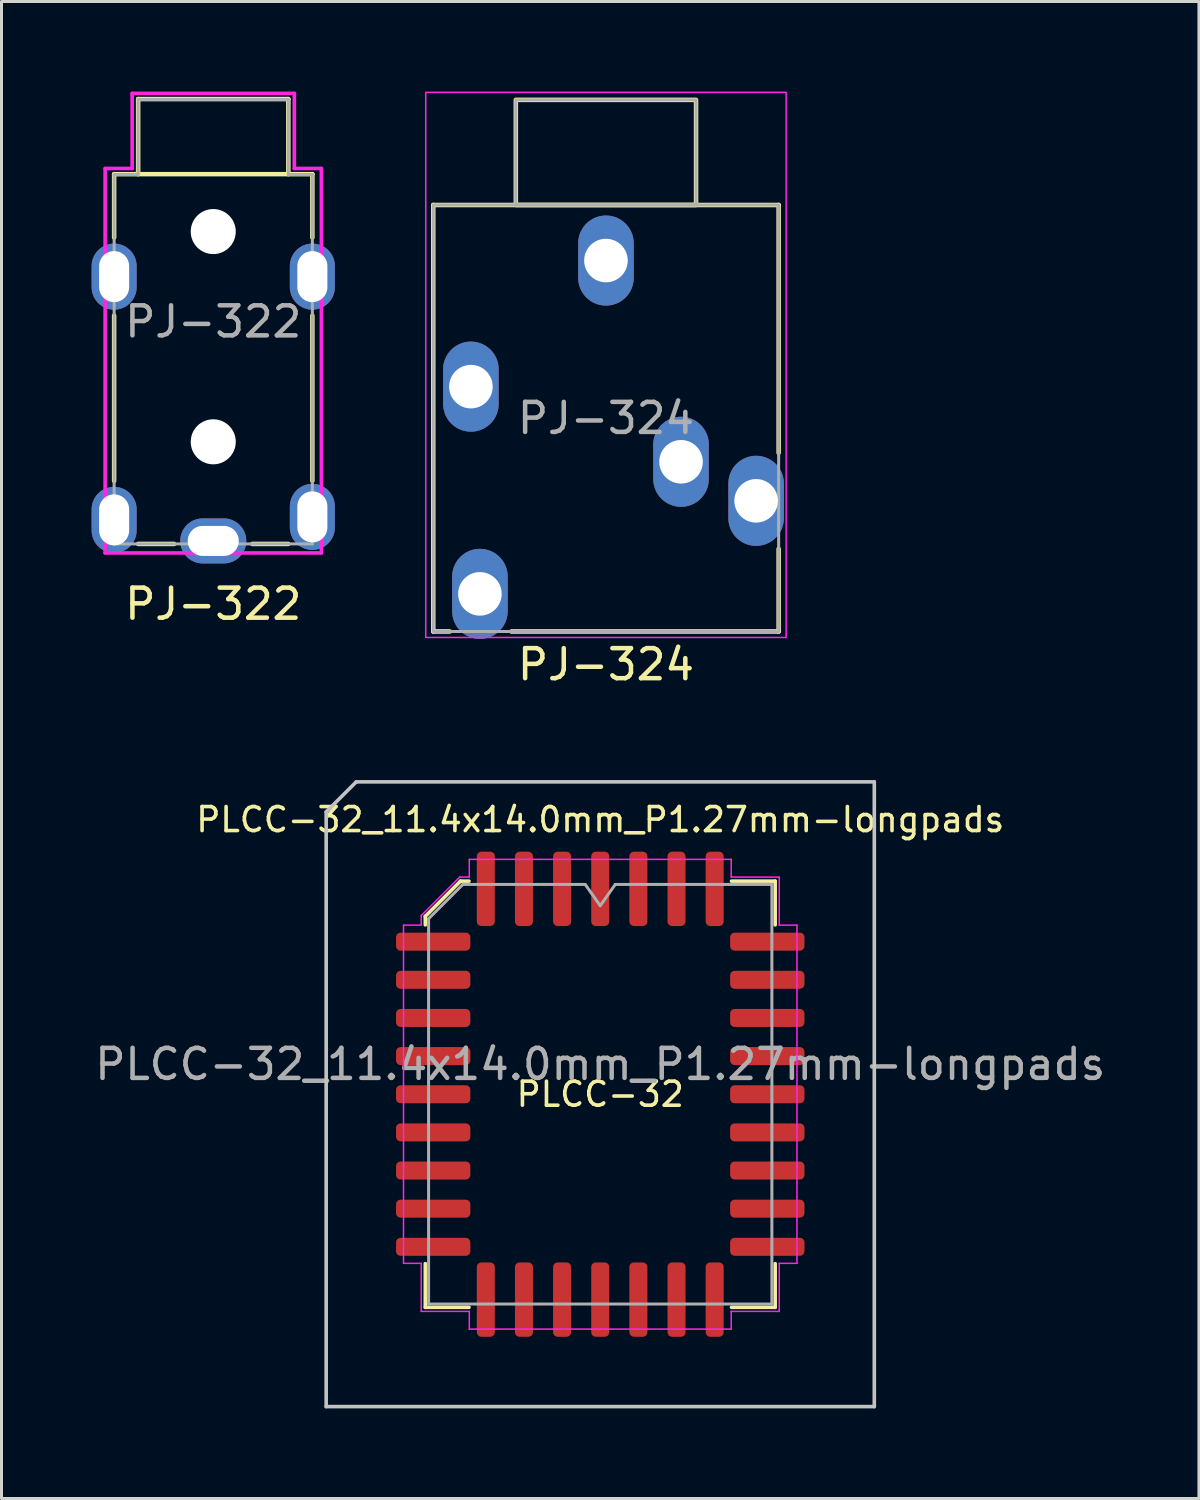
<source format=kicad_pcb>
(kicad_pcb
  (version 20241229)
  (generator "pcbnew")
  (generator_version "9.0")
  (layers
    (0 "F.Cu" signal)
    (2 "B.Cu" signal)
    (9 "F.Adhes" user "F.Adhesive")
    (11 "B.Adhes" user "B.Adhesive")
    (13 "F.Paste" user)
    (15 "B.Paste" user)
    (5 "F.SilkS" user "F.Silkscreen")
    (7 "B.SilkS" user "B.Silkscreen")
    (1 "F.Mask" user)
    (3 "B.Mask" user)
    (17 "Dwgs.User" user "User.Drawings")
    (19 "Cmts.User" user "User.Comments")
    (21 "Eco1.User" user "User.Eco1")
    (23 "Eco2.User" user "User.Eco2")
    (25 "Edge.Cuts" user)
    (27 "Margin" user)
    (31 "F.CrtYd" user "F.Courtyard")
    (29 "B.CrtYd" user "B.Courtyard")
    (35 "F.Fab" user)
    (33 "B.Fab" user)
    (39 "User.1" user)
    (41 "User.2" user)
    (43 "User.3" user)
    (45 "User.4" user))
  (footprint "PLCC-32_11.4x14.0mm_P1.27mm-longpads"
    (layer "F.Cu")
    (at 16.935 33.383)
    (property "Reference" "PLCC-32_11.4x14.0mm_P1.27mm-longpads" (at 0 -9.144 0) (unlocked yes) (layer "F.SilkS") (effects (font (size 0.8 0.8) (thickness 0.12))))
    (property "Value" "PLCC-32" (at 0.022 1.084 180) (layer "F.Fab") (hide yes) (effects (font (size 1 1) (thickness 0.15))))
    (attr smd)
    (fp_line (start -5.825 -5.923) (end -5.825 -5.64) (stroke (width 0.12) (type solid)) (layer "F.SilkS"))
    (fp_line (start -5.825 7.095) (end -5.825 5.64) (stroke (width 0.12) (type solid)) (layer "F.SilkS"))
    (fp_line (start -4.653 -7.095) (end -5.825 -5.923) (stroke (width 0.12) (type solid)) (layer "F.SilkS"))
    (fp_line (start -4.37 -7.095) (end -4.653 -7.095) (stroke (width 0.12) (type solid)) (layer "F.SilkS"))
    (fp_line (start -4.37 7.095) (end -5.825 7.095) (stroke (width 0.12) (type solid)) (layer "F.SilkS"))
    (fp_line (start 4.37 -7.095) (end 5.825 -7.095) (stroke (width 0.12) (type solid)) (layer "F.SilkS"))
    (fp_line (start 4.37 7.095) (end 5.825 7.095) (stroke (width 0.12) (type solid)) (layer "F.SilkS"))
    (fp_line (start 5.825 -7.095) (end 5.825 -5.64) (stroke (width 0.12) (type solid)) (layer "F.SilkS"))
    (fp_line (start 5.825 7.095) (end 5.825 5.64) (stroke (width 0.12) (type solid)) (layer "F.SilkS"))
    (fp_line (start -9.125 -9.4) (end -9.125 10.4) (stroke (width 0.12) (type solid)) (layer "Dwgs.User"))
    (fp_line (start -9.125 10.4) (end 9.125 10.4) (stroke (width 0.12) (type solid)) (layer "Dwgs.User"))
    (fp_line (start -8.125 -10.4) (end -9.125 -9.4) (stroke (width 0.12) (type solid)) (layer "Dwgs.User"))
    (fp_line (start 9.125 -10.4) (end -8.125 -10.4) (stroke (width 0.12) (type solid)) (layer "Dwgs.User"))
    (fp_line (start 9.125 10.4) (end 9.125 -10.4) (stroke (width 0.12) (type solid)) (layer "Dwgs.User"))
    (fp_line (start -6.55 -5.63) (end -6.55 0) (stroke (width 0.05) (type solid)) (layer "F.CrtYd"))
    (fp_line (start -6.55 5.63) (end -6.55 0) (stroke (width 0.05) (type solid)) (layer "F.CrtYd"))
    (fp_line (start -5.96 -5.95) (end -5.96 -5.63) (stroke (width 0.05) (type solid)) (layer "F.CrtYd"))
    (fp_line (start -5.96 -5.63) (end -6.55 -5.63) (stroke (width 0.05) (type solid)) (layer "F.CrtYd"))
    (fp_line (start -5.96 5.63) (end -6.55 5.63) (stroke (width 0.05) (type solid)) (layer "F.CrtYd"))
    (fp_line (start -5.96 7.23) (end -5.96 5.63) (stroke (width 0.05) (type solid)) (layer "F.CrtYd"))
    (fp_line (start -4.68 -7.23) (end -5.96 -5.95) (stroke (width 0.05) (type solid)) (layer "F.CrtYd"))
    (fp_line (start -4.36 -7.82) (end -4.36 -7.23) (stroke (width 0.05) (type solid)) (layer "F.CrtYd"))
    (fp_line (start -4.36 -7.23) (end -4.68 -7.23) (stroke (width 0.05) (type solid)) (layer "F.CrtYd"))
    (fp_line (start -4.36 7.23) (end -5.96 7.23) (stroke (width 0.05) (type solid)) (layer "F.CrtYd"))
    (fp_line (start -4.36 7.82) (end -4.36 7.23) (stroke (width 0.05) (type solid)) (layer "F.CrtYd"))
    (fp_line (start 0 -7.82) (end -4.36 -7.82) (stroke (width 0.05) (type solid)) (layer "F.CrtYd"))
    (fp_line (start 0 -7.82) (end 4.36 -7.82) (stroke (width 0.05) (type solid)) (layer "F.CrtYd"))
    (fp_line (start 0 7.82) (end -4.36 7.82) (stroke (width 0.05) (type solid)) (layer "F.CrtYd"))
    (fp_line (start 0 7.82) (end 4.36 7.82) (stroke (width 0.05) (type solid)) (layer "F.CrtYd"))
    (fp_line (start 4.36 -7.82) (end 4.36 -7.23) (stroke (width 0.05) (type solid)) (layer "F.CrtYd"))
    (fp_line (start 4.36 -7.23) (end 5.96 -7.23) (stroke (width 0.05) (type solid)) (layer "F.CrtYd"))
    (fp_line (start 4.36 7.23) (end 5.96 7.23) (stroke (width 0.05) (type solid)) (layer "F.CrtYd"))
    (fp_line (start 4.36 7.82) (end 4.36 7.23) (stroke (width 0.05) (type solid)) (layer "F.CrtYd"))
    (fp_line (start 5.96 -7.23) (end 5.96 -5.63) (stroke (width 0.05) (type solid)) (layer "F.CrtYd"))
    (fp_line (start 5.96 -5.63) (end 6.55 -5.63) (stroke (width 0.05) (type solid)) (layer "F.CrtYd"))
    (fp_line (start 5.96 5.63) (end 6.55 5.63) (stroke (width 0.05) (type solid)) (layer "F.CrtYd"))
    (fp_line (start 5.96 7.23) (end 5.96 5.63) (stroke (width 0.05) (type solid)) (layer "F.CrtYd"))
    (fp_line (start 6.55 -5.63) (end 6.55 0) (stroke (width 0.05) (type solid)) (layer "F.CrtYd"))
    (fp_line (start 6.55 5.63) (end 6.55 0) (stroke (width 0.05) (type solid)) (layer "F.CrtYd"))
    (fp_line (start -5.715 -5.845) (end -4.575 -6.985) (stroke (width 0.1) (type solid)) (layer "F.Fab"))
    (fp_line (start -5.715 6.985) (end -5.715 -5.845) (stroke (width 0.1) (type solid)) (layer "F.Fab"))
    (fp_line (start -4.575 -6.985) (end -0.5 -6.985) (stroke (width 0.1) (type solid)) (layer "F.Fab"))
    (fp_line (start -0.5 -6.985) (end 0 -6.278) (stroke (width 0.1) (type solid)) (layer "F.Fab"))
    (fp_line (start 0 -6.278) (end 0.5 -6.985) (stroke (width 0.1) (type solid)) (layer "F.Fab"))
    (fp_line (start 0.5 -6.985) (end 5.715 -6.985) (stroke (width 0.1) (type solid)) (layer "F.Fab"))
    (fp_line (start 5.715 -6.985) (end 5.715 6.985) (stroke (width 0.1) (type solid)) (layer "F.Fab"))
    (fp_line (start 5.715 6.985) (end -5.715 6.985) (stroke (width 0.1) (type solid)) (layer "F.Fab"))
    (fp_text user "${VALUE}" (at 0 0 0) (unlocked yes) (layer "F.SilkS") (effects (font (size 0.8 0.8) (thickness 0.12))))
    (fp_text user "${REFERENCE}" (at 0 -1 180) (layer "F.Fab") (effects (font (size 1 1) (thickness 0.15))))
    (pad "1" smd roundrect (at 0 -6.838) (size 0.6 2.475) (layers "F.Cu" "F.Mask" "F.Paste") (roundrect_rratio 0.25))
    (pad "2" smd roundrect (at -1.27 -6.838) (size 0.6 2.475) (layers "F.Cu" "F.Mask" "F.Paste") (roundrect_rratio 0.25))
    (pad "3" smd roundrect (at -2.54 -6.838) (size 0.6 2.475) (layers "F.Cu" "F.Mask" "F.Paste") (roundrect_rratio 0.25))
    (pad "4" smd roundrect (at -3.81 -6.838) (size 0.6 2.475) (layers "F.Cu" "F.Mask" "F.Paste") (roundrect_rratio 0.25))
    (pad "5" smd roundrect (at -5.562 -5.08) (size 2.475 0.6) (layers "F.Cu" "F.Mask" "F.Paste") (roundrect_rratio 0.25))
    (pad "6" smd roundrect (at -5.562 -3.81) (size 2.475 0.6) (layers "F.Cu" "F.Mask" "F.Paste") (roundrect_rratio 0.25))
    (pad "7" smd roundrect (at -5.562 -2.54) (size 2.475 0.6) (layers "F.Cu" "F.Mask" "F.Paste") (roundrect_rratio 0.25))
    (pad "8" smd roundrect (at -5.562 -1.27) (size 2.475 0.6) (layers "F.Cu" "F.Mask" "F.Paste") (roundrect_rratio 0.25))
    (pad "9" smd roundrect (at -5.562 0) (size 2.475 0.6) (layers "F.Cu" "F.Mask" "F.Paste") (roundrect_rratio 0.25))
    (pad "10" smd roundrect (at -5.562 1.27) (size 2.475 0.6) (layers "F.Cu" "F.Mask" "F.Paste") (roundrect_rratio 0.25))
    (pad "11" smd roundrect (at -5.562 2.54) (size 2.475 0.6) (layers "F.Cu" "F.Mask" "F.Paste") (roundrect_rratio 0.25))
    (pad "12" smd roundrect (at -5.562 3.81) (size 2.475 0.6) (layers "F.Cu" "F.Mask" "F.Paste") (roundrect_rratio 0.25))
    (pad "13" smd roundrect (at -5.562 5.08) (size 2.475 0.6) (layers "F.Cu" "F.Mask" "F.Paste") (roundrect_rratio 0.25))
    (pad "14" smd roundrect (at -3.81 6.838) (size 0.6 2.475) (layers "F.Cu" "F.Mask" "F.Paste") (roundrect_rratio 0.25))
    (pad "15" smd roundrect (at -2.54 6.838) (size 0.6 2.475) (layers "F.Cu" "F.Mask" "F.Paste") (roundrect_rratio 0.25))
    (pad "16" smd roundrect (at -1.27 6.838) (size 0.6 2.475) (layers "F.Cu" "F.Mask" "F.Paste") (roundrect_rratio 0.25))
    (pad "17" smd roundrect (at 0 6.838) (size 0.6 2.475) (layers "F.Cu" "F.Mask" "F.Paste") (roundrect_rratio 0.25))
    (pad "18" smd roundrect (at 1.27 6.838) (size 0.6 2.475) (layers "F.Cu" "F.Mask" "F.Paste") (roundrect_rratio 0.25))
    (pad "19" smd roundrect (at 2.54 6.838) (size 0.6 2.475) (layers "F.Cu" "F.Mask" "F.Paste") (roundrect_rratio 0.25))
    (pad "20" smd roundrect (at 3.81 6.838) (size 0.6 2.475) (layers "F.Cu" "F.Mask" "F.Paste") (roundrect_rratio 0.25))
    (pad "21" smd roundrect (at 5.562 5.08) (size 2.475 0.6) (layers "F.Cu" "F.Mask" "F.Paste") (roundrect_rratio 0.25))
    (pad "22" smd roundrect (at 5.562 3.81) (size 2.475 0.6) (layers "F.Cu" "F.Mask" "F.Paste") (roundrect_rratio 0.25))
    (pad "23" smd roundrect (at 5.562 2.54) (size 2.475 0.6) (layers "F.Cu" "F.Mask" "F.Paste") (roundrect_rratio 0.25))
    (pad "24" smd roundrect (at 5.562 1.27) (size 2.475 0.6) (layers "F.Cu" "F.Mask" "F.Paste") (roundrect_rratio 0.25))
    (pad "25" smd roundrect (at 5.562 0) (size 2.475 0.6) (layers "F.Cu" "F.Mask" "F.Paste") (roundrect_rratio 0.25))
    (pad "26" smd roundrect (at 5.562 -1.27) (size 2.475 0.6) (layers "F.Cu" "F.Mask" "F.Paste") (roundrect_rratio 0.25))
    (pad "27" smd roundrect (at 5.562 -2.54) (size 2.475 0.6) (layers "F.Cu" "F.Mask" "F.Paste") (roundrect_rratio 0.25))
    (pad "28" smd roundrect (at 5.562 -3.81) (size 2.475 0.6) (layers "F.Cu" "F.Mask" "F.Paste") (roundrect_rratio 0.25))
    (pad "29" smd roundrect (at 5.562 -5.08) (size 2.475 0.6) (layers "F.Cu" "F.Mask" "F.Paste") (roundrect_rratio 0.25))
    (pad "30" smd roundrect (at 3.81 -6.838) (size 0.6 2.475) (layers "F.Cu" "F.Mask" "F.Paste") (roundrect_rratio 0.25))
    (pad "31" smd roundrect (at 2.54 -6.838) (size 0.6 2.475) (layers "F.Cu" "F.Mask" "F.Paste") (roundrect_rratio 0.25))
    (pad "32" smd roundrect (at 1.27 -6.838) (size 0.6 2.475) (layers "F.Cu" "F.Mask" "F.Paste") (roundrect_rratio 0.25)))
  (footprint "PJ-324"
    (layer "F.Cu")
    (at 17.125 10.875)
    (property "Reference" "PJ-324" (at 0 8.2 0) (layer "F.SilkS") (effects (font (size 1 1) (thickness 0.15))))
    (fp_line (start -5.75 -7.1) (end -5.75 7.1) (stroke (width 0.15) (type default)) (layer "F.SilkS"))
    (fp_line (start -5.75 -7.1) (end 5.75 -7.1) (stroke (width 0.15) (type default)) (layer "F.SilkS"))
    (fp_line (start -5.75 7.1) (end -5.2 7.1) (stroke (width 0.15) (type default)) (layer "F.SilkS"))
    (fp_line (start -3.15 7.1) (end 5.75 7.1) (stroke (width 0.15) (type default)) (layer "F.SilkS"))
    (fp_line (start 5.75 -7.1) (end 5.75 1.15) (stroke (width 0.15) (type default)) (layer "F.SilkS"))
    (fp_line (start 5.75 7.1) (end 5.75 4.35) (stroke (width 0.15) (type default)) (layer "F.SilkS"))
    (fp_rect (start 3 -7.1) (end -3 -10.6) (stroke (width 0.15) (type default)) (fill no) (layer "F.SilkS"))
    (fp_rect (start -6 -10.85) (end 6 7.3) (stroke (width 0.05) (type solid)) (fill no) (layer "F.CrtYd"))
    (fp_rect (start -5.75 -7.1) (end 5.75 7.1) (stroke (width 0.1) (type default)) (fill no) (layer "F.Fab"))
    (fp_rect (start 3 -7.1) (end -3 -10.6) (stroke (width 0.1) (type default)) (fill no) (layer "F.Fab"))
    (fp_text user "${REFERENCE}" (at 0 0 0) (layer "F.Fab") (effects (font (size 1 1) (thickness 0.15))))
    (pad "R" thru_hole oval (at 5 2.75 270) (size 3 1.85) (drill 1.45) (layers "*.Cu" "*.Mask"))
    (pad "RN" thru_hole oval (at 2.5 1.45 270) (size 3 1.85) (drill 1.45) (layers "*.Cu" "*.Mask"))
    (pad "S" thru_hole oval (at 0 -5.25 270) (size 3 1.85) (drill 1.45) (layers "*.Cu" "*.Mask"))
    (pad "T" thru_hole oval (at -4.496 -1.052 270) (size 3 1.85) (drill 1.45) (layers "*.Cu" "*.Mask"))
    (pad "TN" thru_hole oval (at -4.196 5.848 270) (size 3 1.85) (drill 1.45) (layers "*.Cu" "*.Mask")))
  (footprint "PJ-322"
    (layer "F.Cu")
    (at 4.05 8.26)
    (property "Reference" "PJ-322" (at 0 8.8 0) (layer "F.SilkS") (effects (font (size 1 1) (thickness 0.15))))
    (fp_line (start -3.3 -5.511) (end -3.3 -3.4) (stroke (width 0.15) (type solid)) (layer "F.SilkS"))
    (fp_line (start -3.3 -5.511) (end 3.3 -5.511) (stroke (width 0.15) (type solid)) (layer "F.SilkS"))
    (fp_line (start -3.3 -0.8) (end -3.3 4.7) (stroke (width 0.15) (type solid)) (layer "F.SilkS"))
    (fp_line (start -2.5 -5.511) (end -2.5 -8.011) (stroke (width 0.15) (type solid)) (layer "F.SilkS"))
    (fp_line (start -2.5 6.8) (end -1.3 6.8) (stroke (width 0.15) (type solid)) (layer "F.SilkS"))
    (fp_line (start 2.5 -8.011) (end -2.5 -8.011) (stroke (width 0.15) (type solid)) (layer "F.SilkS"))
    (fp_line (start 2.5 -5.511) (end 2.5 -8.011) (stroke (width 0.15) (type solid)) (layer "F.SilkS"))
    (fp_line (start 2.5 6.8) (end 1.3 6.8) (stroke (width 0.15) (type solid)) (layer "F.SilkS"))
    (fp_line (start 3.3 -5.511) (end 3.3 -3.4) (stroke (width 0.15) (type solid)) (layer "F.SilkS"))
    (fp_line (start 3.3 -0.8) (end 3.3 4.7) (stroke (width 0.15) (type solid)) (layer "F.SilkS"))
    (fp_line (start -3.6 -5.7) (end -2.7 -5.7) (stroke (width 0.12) (type solid)) (layer "F.CrtYd"))
    (fp_line (start -3.6 7.1) (end -3.6 -5.7) (stroke (width 0.12) (type solid)) (layer "F.CrtYd"))
    (fp_line (start -2.7 -8.2) (end 2.7 -8.2) (stroke (width 0.12) (type solid)) (layer "F.CrtYd"))
    (fp_line (start -2.7 -5.7) (end -2.7 -8.2) (stroke (width 0.12) (type solid)) (layer "F.CrtYd"))
    (fp_line (start 2.7 -8.2) (end 2.7 -5.7) (stroke (width 0.12) (type solid)) (layer "F.CrtYd"))
    (fp_line (start 2.7 -5.7) (end 3.6 -5.7) (stroke (width 0.12) (type solid)) (layer "F.CrtYd"))
    (fp_line (start 3.6 -5.7) (end 3.6 7.1) (stroke (width 0.12) (type solid)) (layer "F.CrtYd"))
    (fp_line (start 3.6 7.1) (end -3.6 7.1) (stroke (width 0.12) (type solid)) (layer "F.CrtYd"))
    (fp_line (start -3.3 6.8) (end -3.3 -5.5) (stroke (width 0.1) (type solid)) (layer "F.Fab"))
    (fp_line (start -2.5 -8) (end -2.5 -5.5) (stroke (width 0.1) (type solid)) (layer "F.Fab"))
    (fp_line (start -2.5 -5.5) (end -3.3 -5.5) (stroke (width 0.1) (type solid)) (layer "F.Fab"))
    (fp_line (start 2.5 -8) (end -2.5 -8) (stroke (width 0.1) (type solid)) (layer "F.Fab"))
    (fp_line (start 2.5 -5.5) (end 2.5 -8) (stroke (width 0.1) (type solid)) (layer "F.Fab"))
    (fp_line (start 2.5 -5.5) (end 3.3 -5.5) (stroke (width 0.1) (type solid)) (layer "F.Fab"))
    (fp_line (start 3.3 -5.5) (end 3.3 6.8) (stroke (width 0.1) (type solid)) (layer "F.Fab"))
    (fp_line (start 3.3 6.8) (end -3.3 6.8) (stroke (width 0.1) (type solid)) (layer "F.Fab"))
    (fp_text user "${REFERENCE}" (at 0 -0.6 0) (layer "F.Fab") (effects (font (size 1 1) (thickness 0.15))))
    (pad "" np_thru_hole circle (at 0 -3.6) (size 1.5 1.5) (drill 1.5) (layers "*.Cu" "*.Mask"))
    (pad "" np_thru_hole circle (at 0 3.4) (size 1.5 1.5) (drill 1.5) (layers "*.Cu" "*.Mask"))
    (pad "R1" thru_hole oval (at -3.3 6 90) (size 2.2 1.5) (drill oval 1.7 1) (layers "*.Cu" "*.Mask"))
    (pad "R2" thru_hole oval (at 3.3 5.9 90) (size 2.2 1.5) (drill oval 1.7 1) (layers "*.Cu" "*.Mask"))
    (pad "S" thru_hole oval (at 0 6.7) (size 2.2 1.5) (drill oval 1.7 1) (layers "*.Cu" "*.Mask"))
    (pad "T" thru_hole oval (at -3.3 -2.1 90) (size 2.2 1.5) (drill oval 1.7 1) (layers "*.Cu" "*.Mask"))
    (pad "T" thru_hole oval (at 3.3 -2.1 90) (size 2.2 1.5) (drill oval 1.7 1) (layers "*.Cu" "*.Mask")))
  (gr_rect
    (start -3 -3)
    (end 36.869 46.843)
    (stroke (width 0.1) (type default))
    (fill no)
    (layer "Edge.Cuts")))
</source>
